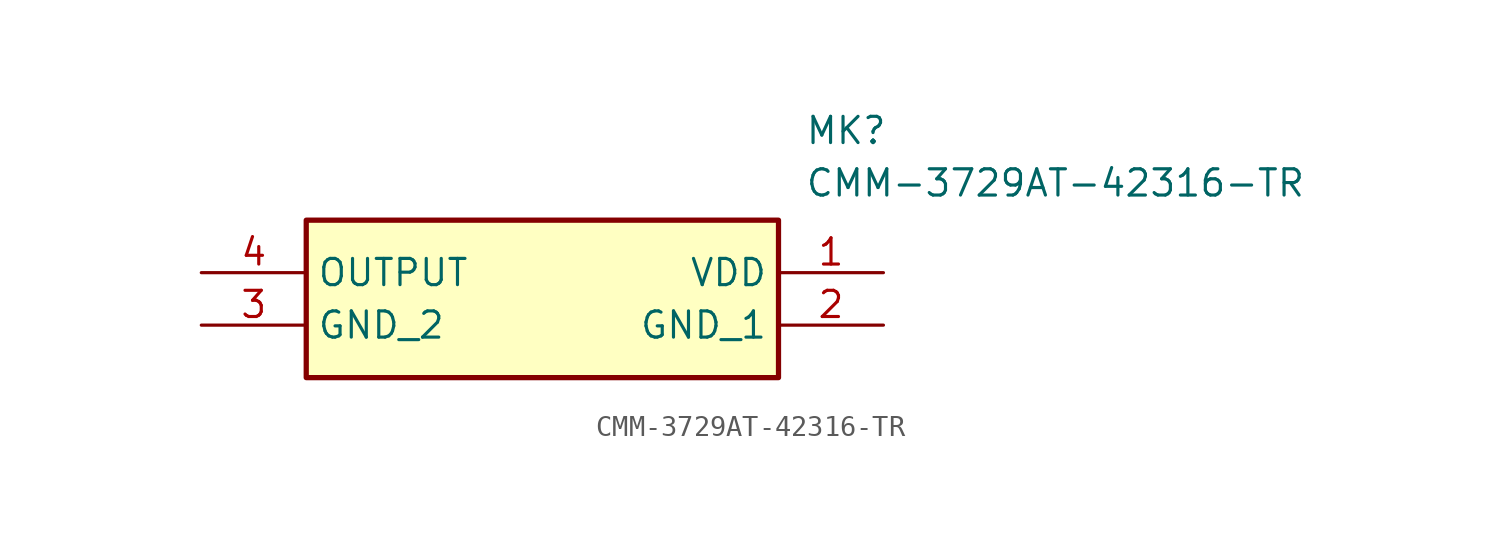
<source format=kicad_sym>
(kicad_symbol_lib
  (version 20241209)
  (generator "kicad_symbol_editor")
  (generator_version "9.0")
  (symbol "CMM-3729AT-42316-TR"
    (property "Reference" "MK"
      (at 29.21 7.62 0)
      (effects (font (size 1.27 1.27)) (justify left top)))
    (property "Value" "CMM-3729AT-42316-TR"
      (at 29.21 5.08 0)
      (effects (font (size 1.27 1.27)) (justify left top)))
    (symbol "CMM-3729AT-42316-TR_1_1"
      (rectangle (start 5.08 2.54) (end 27.94 -5.08) (stroke (width 0.254) (type default)) (fill (type background)))
      (pin passive line (at 0 0 0) (length 5.08) (name "OUTPUT" (effects (font (size 1.27 1.27)))) (number "4" (effects (font (size 1.27 1.27)))))
      (pin passive line (at 0 -2.54 0) (length 5.08) (name "GND_2" (effects (font (size 1.27 1.27)))) (number "3" (effects (font (size 1.27 1.27)))))
      (pin passive line (at 33.02 0 180) (length 5.08) (name "VDD" (effects (font (size 1.27 1.27)))) (number "1" (effects (font (size 1.27 1.27)))))
      (pin passive line (at 33.02 -2.54 180) (length 5.08) (name "GND_1" (effects (font (size 1.27 1.27)))) (number "2" (effects (font (size 1.27 1.27))))))))
</source>
